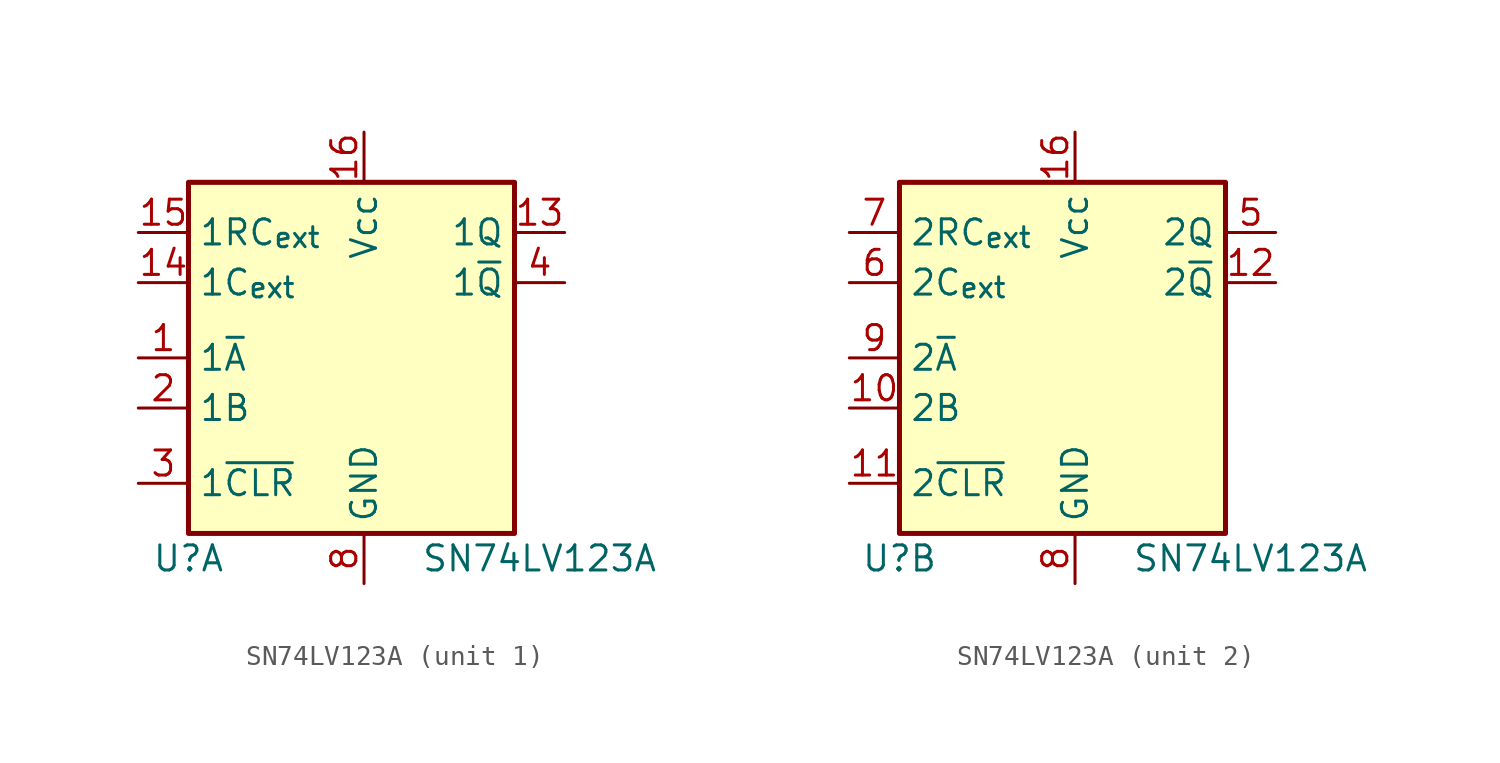
<source format=kicad_sym>
(kicad_symbol_lib
  (version 20211014)
  (generator kicad_symbol_editor)
  (symbol "SN74LV123A"
    (property "Reference" "U"
      (at -8.89 -10.16 0)
      (effects (font (size 1.27 1.27))))
    (property "Value" "SN74LV123A"
      (at 8.89 -10.16 0)
      (effects (font (size 1.27 1.27))))
    (property "ki_locked" ""
      (at 0 0 0)
      (effects (font (size 1.27 1.27))))
    (symbol "SN74LV123A_0_1"
      (pin power_in line (at 0 11.43 270) (length 2.54) (name "Vcc" (effects (font (size 1.27 1.27)))) (number "16" (effects (font (size 1.27 1.27)))))
      (pin power_in line (at 0 -11.43 90) (length 2.54) (name "GND" (effects (font (size 1.27 1.27)))) (number "8" (effects (font (size 1.27 1.27))))))
    (symbol "SN74LV123A_1_1"
      (rectangle (start -8.89 8.89) (end 7.62 -8.89) (stroke (width 0.254) (type default) (color 0 0 0 0)) (fill (type background)))
      (pin input line (at -11.43 0 0) (length 2.54) (name "1~{A}" (effects (font (size 1.27 1.27)))) (number "1" (effects (font (size 1.27 1.27)))))
      (pin output line (at 10.16 6.35 180) (length 2.54) (name "1Q" (effects (font (size 1.27 1.27)))) (number "13" (effects (font (size 1.27 1.27)))))
      (pin input line (at -11.43 3.81 0) (length 2.54) (name "1C_{ext}" (effects (font (size 1.27 1.27)))) (number "14" (effects (font (size 1.27 1.27)))))
      (pin input line (at -11.43 6.35 0) (length 2.54) (name "1RC_{ext}" (effects (font (size 1.27 1.27)))) (number "15" (effects (font (size 1.27 1.27)))))
      (pin input line (at -11.43 -2.54 0) (length 2.54) (name "1B" (effects (font (size 1.27 1.27)))) (number "2" (effects (font (size 1.27 1.27)))))
      (pin input line (at -11.43 -6.35 0) (length 2.54) (name "1~{CLR}" (effects (font (size 1.27 1.27)))) (number "3" (effects (font (size 1.27 1.27)))))
      (pin output line (at 10.16 3.81 180) (length 2.54) (name "1~{Q}" (effects (font (size 1.27 1.27)))) (number "4" (effects (font (size 1.27 1.27))))))
    (symbol "SN74LV123A_2_1"
      (rectangle (start -8.89 8.89) (end 7.62 -8.89) (stroke (width 0.254) (type default) (color 0 0 0 0)) (fill (type background)))
      (pin input line (at -11.43 -2.54 0) (length 2.54) (name "2B" (effects (font (size 1.27 1.27)))) (number "10" (effects (font (size 1.27 1.27)))))
      (pin input line (at -11.43 -6.35 0) (length 2.54) (name "2~{CLR}" (effects (font (size 1.27 1.27)))) (number "11" (effects (font (size 1.27 1.27)))))
      (pin output line (at 10.16 3.81 180) (length 2.54) (name "2~{Q}" (effects (font (size 1.27 1.27)))) (number "12" (effects (font (size 1.27 1.27)))))
      (pin output line (at 10.16 6.35 180) (length 2.54) (name "2Q" (effects (font (size 1.27 1.27)))) (number "5" (effects (font (size 1.27 1.27)))))
      (pin input line (at -11.43 3.81 0) (length 2.54) (name "2C_{ext}" (effects (font (size 1.27 1.27)))) (number "6" (effects (font (size 1.27 1.27)))))
      (pin input line (at -11.43 6.35 0) (length 2.54) (name "2RC_{ext}" (effects (font (size 1.27 1.27)))) (number "7" (effects (font (size 1.27 1.27)))))
      (pin input line (at -11.43 0 0) (length 2.54) (name "2~{A}" (effects (font (size 1.27 1.27)))) (number "9" (effects (font (size 1.27 1.27))))))))
</source>
